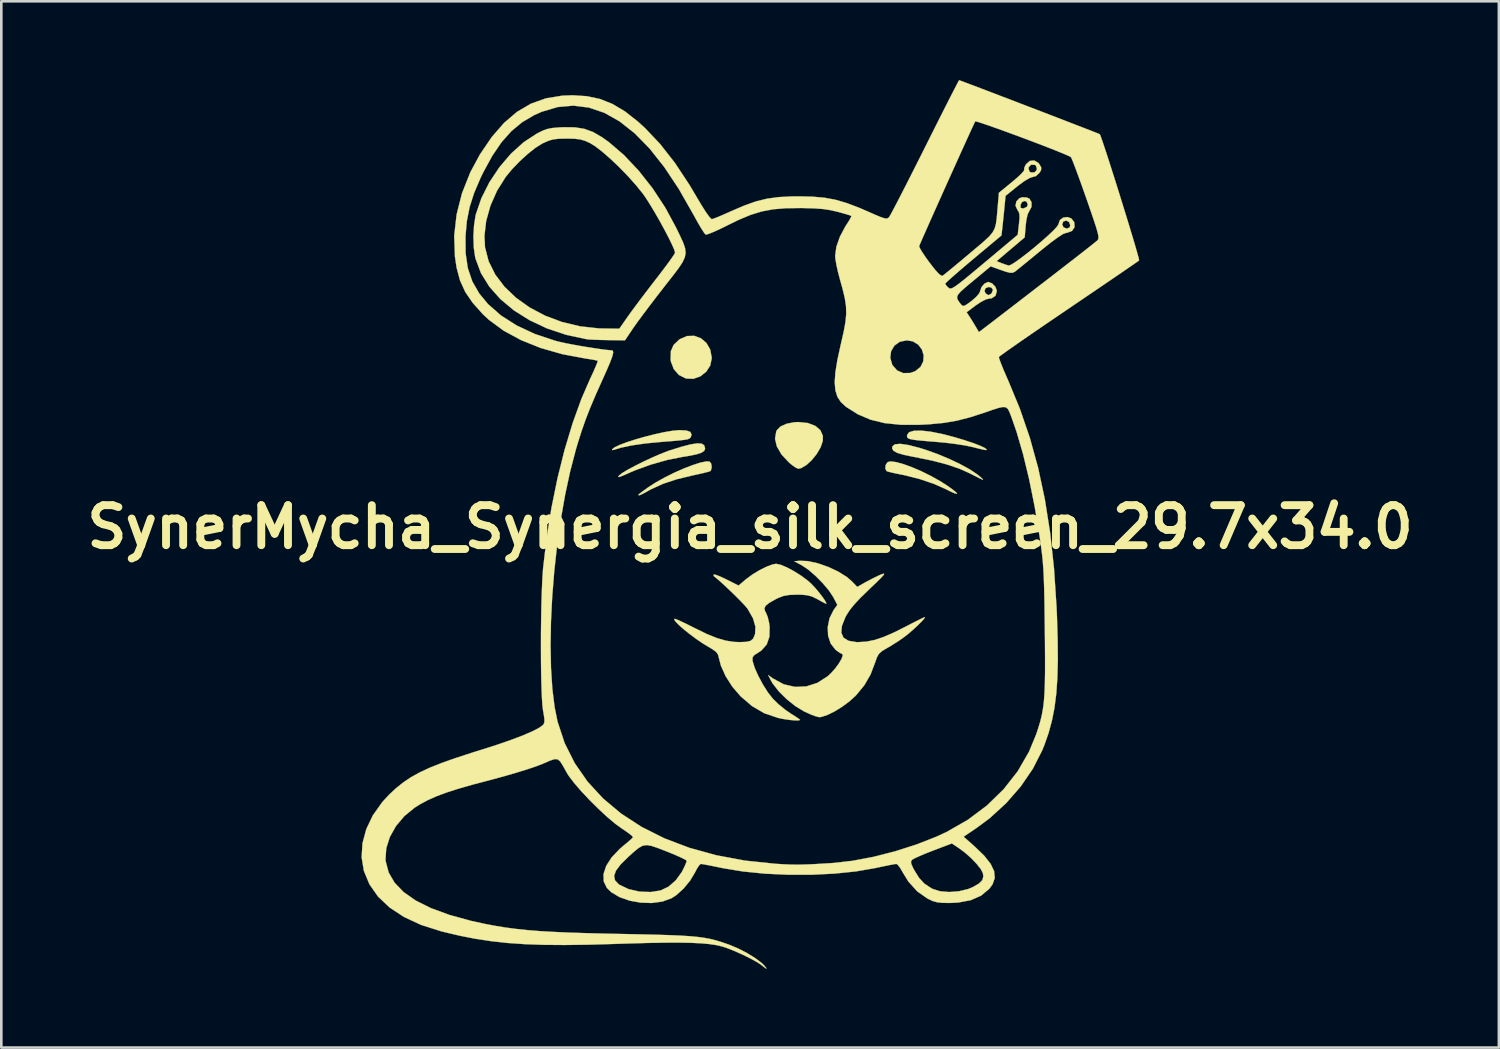
<source format=kicad_pcb>
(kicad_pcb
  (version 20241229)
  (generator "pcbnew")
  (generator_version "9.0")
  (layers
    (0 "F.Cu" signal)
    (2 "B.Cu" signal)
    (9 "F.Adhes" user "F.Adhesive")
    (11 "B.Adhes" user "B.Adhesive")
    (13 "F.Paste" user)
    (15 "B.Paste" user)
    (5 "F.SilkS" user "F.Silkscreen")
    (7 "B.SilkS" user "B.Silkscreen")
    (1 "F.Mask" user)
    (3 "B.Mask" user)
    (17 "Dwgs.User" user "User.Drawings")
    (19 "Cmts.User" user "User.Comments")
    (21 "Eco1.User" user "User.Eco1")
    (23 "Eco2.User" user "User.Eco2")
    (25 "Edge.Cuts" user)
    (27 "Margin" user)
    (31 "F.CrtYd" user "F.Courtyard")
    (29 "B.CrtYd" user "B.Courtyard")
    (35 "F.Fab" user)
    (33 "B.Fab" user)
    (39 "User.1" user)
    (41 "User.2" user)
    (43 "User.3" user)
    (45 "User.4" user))
  (footprint "SynerMycha_Synergia_silk_screen_29.7x34.0"
    (layer "F.Cu")
    (at 25.516 17.023)
    (property "Reference" "SynerMycha_Synergia_silk_screen_29.7x34.0" (at 0 0 0) (layer "F.SilkS") (effects (font (size 1.524 1.524) (thickness 0.3))))
    (attr through_hole)
    (fp_poly (pts (xy -1.874 -7.191) (xy -1.664 -7.013) (xy -1.519 -6.762) (xy -1.461 -6.452) (xy -1.461 -6.428) (xy -1.518 -6.152) (xy -1.672 -5.916) (xy -1.896 -5.74) (xy -2.161 -5.647) (xy -2.44 -5.658) (xy -2.447 -5.66) (xy -2.71 -5.792) (xy -2.907 -6.016) (xy -3.016 -6.305) (xy -3.028 -6.395) (xy -3.017 -6.7) (xy -2.914 -6.937) (xy -2.706 -7.135) (xy -2.673 -7.158) (xy -2.4 -7.276) (xy -2.126 -7.283) (xy -1.874 -7.191)) (stroke (width 0.01) (type solid)) (fill yes) (layer "F.SilkS"))
    (fp_poly (pts (xy 2.2 -3.963) (xy 2.483 -3.855) (xy 2.678 -3.688) (xy 2.772 -3.471) (xy 2.768 -3.28) (xy 2.685 -3.036) (xy 2.537 -2.784) (xy 2.348 -2.55) (xy 2.143 -2.362) (xy 1.946 -2.246) (xy 1.834 -2.223) (xy 1.741 -2.263) (xy 1.594 -2.365) (xy 1.48 -2.461) (xy 1.197 -2.763) (xy 1.019 -3.069) (xy 0.949 -3.364) (xy 0.994 -3.634) (xy 1.021 -3.693) (xy 1.161 -3.833) (xy 1.395 -3.937) (xy 1.692 -3.994) (xy 1.841 -4) (xy 2.2 -3.963)) (stroke (width 0.01) (type solid)) (fill yes) (layer "F.SilkS"))
    (fp_poly (pts (xy 5.57 -2.473) (xy 5.849 -2.395) (xy 6.177 -2.275) (xy 6.532 -2.122) (xy 6.894 -1.943) (xy 7.243 -1.747) (xy 7.485 -1.593) (xy 7.724 -1.423) (xy 7.856 -1.313) (xy 7.881 -1.266) (xy 7.799 -1.282) (xy 7.611 -1.366) (xy 7.462 -1.441) (xy 7.003 -1.645) (xy 6.467 -1.827) (xy 5.903 -1.971) (xy 5.764 -1.999) (xy 5.521 -2.048) (xy 5.326 -2.093) (xy 5.213 -2.125) (xy 5.201 -2.131) (xy 5.148 -2.227) (xy 5.163 -2.364) (xy 5.236 -2.474) (xy 5.359 -2.502) (xy 5.57 -2.473)) (stroke (width 0.01) (type solid)) (fill yes) (layer "F.SilkS"))
    (fp_poly (pts (xy 6.035 -3.124) (xy 6.454 -3.016) (xy 6.675 -2.947) (xy 7.128 -2.786) (xy 7.582 -2.597) (xy 8.006 -2.394) (xy 8.373 -2.193) (xy 8.652 -2.006) (xy 8.7 -1.968) (xy 8.821 -1.864) (xy 8.874 -1.81) (xy 8.849 -1.807) (xy 8.736 -1.859) (xy 8.524 -1.966) (xy 8.393 -2.034) (xy 7.979 -2.221) (xy 7.495 -2.385) (xy 6.923 -2.534) (xy 6.243 -2.672) (xy 6.225 -2.675) (xy 5.859 -2.75) (xy 5.609 -2.824) (xy 5.462 -2.904) (xy 5.407 -2.995) (xy 5.419 -3.075) (xy 5.516 -3.154) (xy 5.722 -3.17) (xy 6.035 -3.124)) (stroke (width 0.01) (type solid)) (fill yes) (layer "F.SilkS"))
    (fp_poly (pts (xy -2.432 -3.679) (xy -2.276 -3.625) (xy -2.23 -3.526) (xy -2.244 -3.464) (xy -2.267 -3.414) (xy -2.303 -3.376) (xy -2.372 -3.347) (xy -2.491 -3.324) (xy -2.68 -3.302) (xy -2.958 -3.277) (xy -3.342 -3.247) (xy -3.365 -3.245) (xy -3.982 -3.186) (xy -4.506 -3.111) (xy -4.925 -3.023) (xy -5.17 -2.946) (xy -5.254 -2.93) (xy -5.249 -2.968) (xy -5.15 -3.044) (xy -4.95 -3.136) (xy -4.673 -3.239) (xy -4.342 -3.345) (xy -3.98 -3.448) (xy -3.612 -3.541) (xy -3.261 -3.617) (xy -2.95 -3.669) (xy -2.704 -3.692) (xy -2.704 -3.692) (xy -2.432 -3.679)) (stroke (width 0.01) (type solid)) (fill yes) (layer "F.SilkS"))
    (fp_poly (pts (xy -1.54 -2.493) (xy -1.48 -2.413) (xy -1.462 -2.28) (xy -1.49 -2.161) (xy -1.518 -2.131) (xy -1.603 -2.103) (xy -1.781 -2.058) (xy -2.022 -2.003) (xy -2.169 -1.972) (xy -2.792 -1.822) (xy -3.315 -1.649) (xy -3.764 -1.445) (xy -3.853 -1.396) (xy -4.065 -1.279) (xy -4.189 -1.22) (xy -4.245 -1.211) (xy -4.255 -1.229) (xy -4.207 -1.274) (xy -4.08 -1.37) (xy -3.901 -1.499) (xy -3.88 -1.515) (xy -3.582 -1.706) (xy -3.241 -1.895) (xy -2.879 -2.075) (xy -2.518 -2.234) (xy -2.181 -2.364) (xy -1.889 -2.456) (xy -1.665 -2.501) (xy -1.54 -2.493)) (stroke (width 0.01) (type solid)) (fill yes) (layer "F.SilkS"))
    (fp_poly (pts (xy -1.845 -3.178) (xy -1.749 -3.117) (xy -1.715 -3.006) (xy -1.714 -2.987) (xy -1.747 -2.902) (xy -1.856 -2.831) (xy -2.054 -2.767) (xy -2.357 -2.707) (xy -2.577 -2.672) (xy -3.155 -2.557) (xy -3.773 -2.382) (xy -4.368 -2.167) (xy -4.604 -2.066) (xy -4.838 -1.962) (xy -4.973 -1.91) (xy -5.022 -1.908) (xy -5 -1.951) (xy -4.98 -1.974) (xy -4.866 -2.062) (xy -4.659 -2.185) (xy -4.387 -2.331) (xy -4.075 -2.487) (xy -3.748 -2.64) (xy -3.432 -2.778) (xy -3.153 -2.887) (xy -3.062 -2.919) (xy -2.611 -3.06) (xy -2.265 -3.15) (xy -2.013 -3.189) (xy -1.845 -3.178)) (stroke (width 0.01) (type solid)) (fill yes) (layer "F.SilkS"))
    (fp_poly (pts (xy 6.886 -3.632) (xy 7.33 -3.542) (xy 7.42 -3.521) (xy 7.798 -3.42) (xy 8.162 -3.311) (xy 8.486 -3.203) (xy 8.749 -3.103) (xy 8.926 -3.02) (xy 8.982 -2.981) (xy 9.012 -2.946) (xy 8.997 -2.932) (xy 8.921 -2.941) (xy 8.763 -2.976) (xy 8.504 -3.041) (xy 8.445 -3.055) (xy 8.193 -3.108) (xy 7.857 -3.16) (xy 7.482 -3.208) (xy 7.112 -3.243) (xy 6.704 -3.276) (xy 6.406 -3.303) (xy 6.201 -3.329) (xy 6.072 -3.357) (xy 6.003 -3.391) (xy 5.978 -3.435) (xy 5.978 -3.494) (xy 5.981 -3.511) (xy 6.056 -3.613) (xy 6.238 -3.668) (xy 6.519 -3.674) (xy 6.886 -3.632)) (stroke (width 0.01) (type solid)) (fill yes) (layer "F.SilkS"))
    (fp_poly (pts (xy 2.199 1.295) (xy 2.576 1.378) (xy 2.974 1.516) (xy 3.356 1.695) (xy 3.685 1.901) (xy 3.874 2.064) (xy 4.081 2.278) (xy 4.406 2.094) (xy 4.639 1.97) (xy 4.875 1.855) (xy 4.985 1.807) (xy 5.072 1.776) (xy 5.106 1.78) (xy 5.08 1.83) (xy 4.985 1.935) (xy 4.813 2.105) (xy 4.556 2.35) (xy 4.529 2.377) (xy 4.208 2.689) (xy 3.969 2.943) (xy 3.795 3.16) (xy 3.667 3.359) (xy 3.625 3.439) (xy 3.496 3.766) (xy 3.474 4.024) (xy 3.558 4.212) (xy 3.748 4.33) (xy 4.045 4.38) (xy 4.123 4.381) (xy 4.429 4.362) (xy 4.742 4.299) (xy 5.086 4.184) (xy 5.486 4.01) (xy 5.895 3.805) (xy 6.169 3.663) (xy 6.401 3.546) (xy 6.569 3.464) (xy 6.651 3.43) (xy 6.654 3.429) (xy 6.645 3.467) (xy 6.56 3.566) (xy 6.422 3.706) (xy 6.251 3.867) (xy 6.07 4.027) (xy 5.898 4.165) (xy 5.879 4.18) (xy 5.635 4.35) (xy 5.359 4.524) (xy 5.22 4.604) (xy 5.022 4.722) (xy 4.902 4.832) (xy 4.823 4.976) (xy 4.766 5.144) (xy 4.586 5.616) (xy 4.355 6.017) (xy 4.042 6.398) (xy 4.014 6.427) (xy 3.782 6.638) (xy 3.506 6.842) (xy 3.215 7.021) (xy 2.941 7.156) (xy 2.713 7.23) (xy 2.635 7.239) (xy 2.512 7.211) (xy 2.316 7.138) (xy 2.086 7.035) (xy 2.051 7.018) (xy 1.72 6.816) (xy 1.389 6.551) (xy 1.091 6.254) (xy 0.862 5.96) (xy 0.797 5.847) (xy 0.686 5.634) (xy 0.879 5.771) (xy 1.284 5.988) (xy 1.712 6.086) (xy 2.144 6.067) (xy 2.563 5.932) (xy 2.949 5.685) (xy 3.077 5.567) (xy 3.242 5.383) (xy 3.381 5.193) (xy 3.481 5.022) (xy 3.528 4.892) (xy 3.51 4.829) (xy 3.494 4.826) (xy 3.414 4.788) (xy 3.284 4.695) (xy 3.25 4.667) (xy 3.07 4.438) (xy 2.971 4.141) (xy 2.956 3.81) (xy 3.024 3.474) (xy 3.177 3.165) (xy 3.189 3.148) (xy 3.322 2.963) (xy 3.171 2.672) (xy 3.007 2.422) (xy 2.77 2.14) (xy 2.496 1.862) (xy 2.218 1.622) (xy 1.971 1.456) (xy 1.967 1.454) (xy 1.683 1.302) (xy 1.881 1.283) (xy 2.199 1.295)) (stroke (width 0.01) (type solid)) (fill yes) (layer "F.SilkS"))
    (fp_poly (pts (xy 1.165 1.435) (xy 1.404 1.536) (xy 1.678 1.683) (xy 1.954 1.858) (xy 2.202 2.043) (xy 2.338 2.166) (xy 2.492 2.331) (xy 2.644 2.513) (xy 2.775 2.686) (xy 2.868 2.826) (xy 2.905 2.909) (xy 2.895 2.921) (xy 2.833 2.892) (xy 2.694 2.819) (xy 2.564 2.746) (xy 2.373 2.651) (xy 2.193 2.598) (xy 1.974 2.576) (xy 1.778 2.573) (xy 1.489 2.584) (xy 1.272 2.622) (xy 1.071 2.698) (xy 0.98 2.743) (xy 0.734 2.882) (xy 0.593 2.994) (xy 0.544 3.097) (xy 0.573 3.21) (xy 0.605 3.264) (xy 0.669 3.417) (xy 0.722 3.638) (xy 0.744 3.797) (xy 0.735 4.176) (xy 0.631 4.475) (xy 0.426 4.703) (xy 0.308 4.781) (xy 0.156 4.879) (xy 0.092 4.965) (xy 0.093 5.081) (xy 0.098 5.112) (xy 0.175 5.36) (xy 0.311 5.667) (xy 0.486 5.992) (xy 0.677 6.294) (xy 0.863 6.533) (xy 1.084 6.749) (xy 1.349 6.964) (xy 1.529 7.089) (xy 1.716 7.207) (xy 1.85 7.298) (xy 1.905 7.343) (xy 1.905 7.343) (xy 1.848 7.363) (xy 1.7 7.362) (xy 1.495 7.343) (xy 1.266 7.309) (xy 1.065 7.267) (xy 0.542 7.09) (xy 0.073 6.817) (xy -0.363 6.443) (xy -0.675 6.08) (xy -0.931 5.68) (xy -1.111 5.279) (xy -1.184 5.002) (xy -1.219 4.862) (xy -1.292 4.757) (xy -1.43 4.653) (xy -1.579 4.565) (xy -1.809 4.425) (xy -2.054 4.258) (xy -2.296 4.078) (xy -2.518 3.901) (xy -2.703 3.739) (xy -2.833 3.607) (xy -2.892 3.52) (xy -2.869 3.493) (xy -2.787 3.52) (xy -2.618 3.596) (xy -2.386 3.707) (xy -2.126 3.838) (xy -1.662 4.065) (xy -1.273 4.224) (xy -0.934 4.323) (xy -0.618 4.372) (xy -0.403 4.381) (xy -0.145 4.371) (xy 0.017 4.333) (xy 0.115 4.25) (xy 0.178 4.107) (xy 0.189 4.069) (xy 0.204 3.794) (xy 0.11 3.473) (xy -0.091 3.118) (xy -0.098 3.108) (xy -0.196 2.991) (xy -0.364 2.814) (xy -0.577 2.6) (xy -0.811 2.375) (xy -1.039 2.161) (xy -1.238 1.984) (xy -1.381 1.868) (xy -1.392 1.86) (xy -1.385 1.809) (xy -1.382 1.806) (xy -1.313 1.815) (xy -1.161 1.873) (xy -0.955 1.967) (xy -0.893 1.998) (xy -0.44 2.226) (xy -0.141 1.974) (xy 0.093 1.802) (xy 0.361 1.64) (xy 0.629 1.507) (xy 0.86 1.421) (xy 0.992 1.398) (xy 1.165 1.435)) (stroke (width 0.01) (type solid)) (fill yes) (layer "F.SilkS"))
    (fp_poly (pts (xy -6.679 -15.224) (xy -6.314 -15.167) (xy -5.977 -15.043) (xy -5.627 -14.839) (xy -5.385 -14.666) (xy -4.807 -14.171) (xy -4.243 -13.573) (xy -3.71 -12.896) (xy -3.229 -12.164) (xy -2.818 -11.402) (xy -2.663 -11.083) (xy -2.548 -10.831) (xy -2.478 -10.627) (xy -2.455 -10.449) (xy -2.485 -10.277) (xy -2.572 -10.088) (xy -2.72 -9.864) (xy -2.933 -9.582) (xy -3.216 -9.222) (xy -3.273 -9.148) (xy -3.55 -8.791) (xy -3.822 -8.436) (xy -4.07 -8.105) (xy -4.279 -7.823) (xy -4.429 -7.611) (xy -4.453 -7.577) (xy -4.766 -7.112) (xy -5.415 -7.121) (xy -5.707 -7.127) (xy -5.966 -7.136) (xy -6.156 -7.147) (xy -6.223 -7.154) (xy -7.003 -7.321) (xy -7.732 -7.565) (xy -8.399 -7.879) (xy -8.995 -8.253) (xy -9.509 -8.682) (xy -9.931 -9.157) (xy -10.249 -9.67) (xy -10.454 -10.215) (xy -10.472 -10.287) (xy -10.523 -10.64) (xy -10.536 -11.056) (xy -10.535 -11.092) (xy -10.117 -11.092) (xy -10.095 -10.654) (xy -9.957 -10.123) (xy -9.706 -9.619) (xy -9.353 -9.152) (xy -8.911 -8.73) (xy -8.39 -8.36) (xy -7.804 -8.05) (xy -7.162 -7.81) (xy -6.479 -7.646) (xy -5.765 -7.567) (xy -5.553 -7.562) (xy -4.979 -7.556) (xy -4.658 -8.017) (xy -4.512 -8.221) (xy -4.307 -8.497) (xy -4.064 -8.82) (xy -3.803 -9.161) (xy -3.598 -9.427) (xy -3.366 -9.729) (xy -3.164 -9.998) (xy -3.004 -10.219) (xy -2.897 -10.375) (xy -2.858 -10.449) (xy -2.857 -10.45) (xy -2.889 -10.563) (xy -2.975 -10.762) (xy -3.104 -11.025) (xy -3.264 -11.331) (xy -3.443 -11.658) (xy -3.629 -11.983) (xy -3.811 -12.285) (xy -3.975 -12.542) (xy -4.088 -12.703) (xy -4.353 -13.03) (xy -4.661 -13.374) (xy -4.992 -13.714) (xy -5.326 -14.031) (xy -5.64 -14.304) (xy -5.915 -14.514) (xy -6.1 -14.627) (xy -6.295 -14.714) (xy -6.478 -14.765) (xy -6.696 -14.79) (xy -6.987 -14.796) (xy -7.278 -14.79) (xy -7.49 -14.766) (xy -7.673 -14.715) (xy -7.873 -14.627) (xy -7.914 -14.607) (xy -8.169 -14.448) (xy -8.467 -14.212) (xy -8.777 -13.928) (xy -9.07 -13.623) (xy -9.307 -13.335) (xy -9.638 -12.809) (xy -9.888 -12.242) (xy -10.051 -11.66) (xy -10.117 -11.092) (xy -10.535 -11.092) (xy -10.514 -11.481) (xy -10.457 -11.855) (xy -10.444 -11.909) (xy -10.233 -12.527) (xy -9.927 -13.134) (xy -9.545 -13.707) (xy -9.105 -14.223) (xy -8.622 -14.658) (xy -8.126 -14.983) (xy -7.914 -15.09) (xy -7.734 -15.158) (xy -7.542 -15.197) (xy -7.292 -15.219) (xy -7.112 -15.228) (xy -6.679 -15.224)) (stroke (width 0.01) (type solid)) (fill yes) (layer "F.SilkS"))
    (fp_poly (pts (xy 8.023 -16.996) (xy 8.19 -16.934) (xy 8.446 -16.837) (xy 8.777 -16.712) (xy 9.168 -16.562) (xy 9.605 -16.395) (xy 10.074 -16.216) (xy 10.559 -16.03) (xy 11.047 -15.843) (xy 11.522 -15.66) (xy 11.971 -15.487) (xy 12.379 -15.329) (xy 12.731 -15.193) (xy 13.013 -15.083) (xy 13.21 -15.006) (xy 13.308 -14.966) (xy 13.317 -14.962) (xy 13.348 -14.89) (xy 13.411 -14.714) (xy 13.5 -14.45) (xy 13.611 -14.113) (xy 13.737 -13.72) (xy 13.875 -13.286) (xy 14.02 -12.827) (xy 14.165 -12.359) (xy 14.308 -11.898) (xy 14.442 -11.459) (xy 14.563 -11.059) (xy 14.666 -10.713) (xy 14.745 -10.437) (xy 14.797 -10.247) (xy 14.815 -10.159) (xy 14.814 -10.155) (xy 14.753 -10.11) (xy 14.597 -10.002) (xy 14.356 -9.836) (xy 14.041 -9.62) (xy 13.661 -9.361) (xy 13.227 -9.066) (xy 12.749 -8.741) (xy 12.237 -8.394) (xy 12.129 -8.32) (xy 11.612 -7.969) (xy 11.128 -7.639) (xy 10.687 -7.337) (xy 10.299 -7.069) (xy 9.974 -6.842) (xy 9.722 -6.664) (xy 9.552 -6.541) (xy 9.476 -6.481) (xy 9.473 -6.477) (xy 9.491 -6.402) (xy 9.553 -6.233) (xy 9.65 -5.993) (xy 9.775 -5.704) (xy 9.833 -5.573) (xy 10.276 -4.5) (xy 10.654 -3.398) (xy 10.97 -2.254) (xy 11.226 -1.054) (xy 11.427 0.218) (xy 11.574 1.575) (xy 11.67 3.033) (xy 11.687 3.426) (xy 11.714 4.304) (xy 11.72 5.073) (xy 11.702 5.749) (xy 11.66 6.348) (xy 11.591 6.887) (xy 11.493 7.381) (xy 11.366 7.846) (xy 11.207 8.3) (xy 11.126 8.5) (xy 10.771 9.198) (xy 10.308 9.876) (xy 9.753 10.513) (xy 9.124 11.087) (xy 8.654 11.437) (xy 8.132 11.792) (xy 8.552 12.163) (xy 8.914 12.513) (xy 9.16 12.824) (xy 9.294 13.105) (xy 9.318 13.363) (xy 9.234 13.605) (xy 9.107 13.777) (xy 8.796 14.036) (xy 8.403 14.209) (xy 7.923 14.299) (xy 7.62 14.314) (xy 7.332 14.311) (xy 7.126 14.289) (xy 6.955 14.241) (xy 6.775 14.158) (xy 6.759 14.149) (xy 6.367 13.875) (xy 6.029 13.501) (xy 5.811 13.147) (xy 5.71 12.972) (xy 5.618 12.856) (xy 5.571 12.827) (xy 5.481 12.84) (xy 5.295 12.875) (xy 5.04 12.927) (xy 4.763 12.986) (xy 4.031 13.113) (xy 3.212 13.197) (xy 2.34 13.24) (xy 1.448 13.24) (xy 0.567 13.199) (xy -0.267 13.116) (xy -1.022 12.992) (xy -1.046 12.987) (xy -1.345 12.925) (xy -1.601 12.874) (xy -1.787 12.84) (xy -1.876 12.827) (xy -1.877 12.827) (xy -1.94 12.88) (xy -2.029 13.017) (xy -2.1 13.155) (xy -2.286 13.467) (xy -2.535 13.768) (xy -2.81 14.016) (xy -2.992 14.135) (xy -3.341 14.261) (xy -3.744 14.316) (xy -4.169 14.302) (xy -4.588 14.227) (xy -4.97 14.093) (xy -5.286 13.906) (xy -5.456 13.739) (xy -5.575 13.492) (xy -5.58 13.284) (xy -5.179 13.284) (xy -5.145 13.452) (xy -5.007 13.599) (xy -4.968 13.626) (xy -4.622 13.789) (xy -4.212 13.882) (xy -3.785 13.898) (xy -3.411 13.839) (xy -3.111 13.697) (xy -2.832 13.454) (xy -2.603 13.139) (xy -2.568 13.073) (xy -2.481 12.892) (xy -2.425 12.755) (xy -2.413 12.71) (xy -2.469 12.666) (xy -2.621 12.588) (xy -2.849 12.487) (xy -3.128 12.372) (xy -3.181 12.351) (xy -3.514 12.222) (xy -3.758 12.14) (xy -3.941 12.11) (xy -4.095 12.136) (xy -4.249 12.223) (xy -4.434 12.374) (xy -4.64 12.561) (xy -4.93 12.847) (xy -5.109 13.085) (xy -5.179 13.284) (xy -5.58 13.284) (xy -5.581 13.209) (xy -5.479 12.901) (xy -5.273 12.58) (xy -4.968 12.259) (xy -4.826 12.137) (xy -4.651 11.992) (xy -4.519 11.875) (xy -4.459 11.812) (xy -4.459 11.811) (xy -4.5 11.758) (xy -4.625 11.658) (xy -4.809 11.529) (xy -4.871 11.489) (xy -5.136 11.297) (xy -5.446 11.036) (xy -5.779 10.727) (xy -6.114 10.395) (xy -6.428 10.061) (xy -6.699 9.747) (xy -6.905 9.477) (xy -6.985 9.349) (xy -7.129 9.088) (xy -7.234 8.923) (xy -7.33 8.843) (xy -7.447 8.836) (xy -7.617 8.893) (xy -7.868 9.001) (xy -7.911 9.02) (xy -8.153 9.113) (xy -8.493 9.227) (xy -8.904 9.354) (xy -9.359 9.486) (xy -9.832 9.615) (xy -9.951 9.646) (xy -10.598 9.817) (xy -11.137 9.972) (xy -11.586 10.117) (xy -11.963 10.259) (xy -12.284 10.403) (xy -12.568 10.556) (xy -12.776 10.686) (xy -13.167 11.006) (xy -13.485 11.384) (xy -13.719 11.8) (xy -13.856 12.23) (xy -13.885 12.653) (xy -13.878 12.725) (xy -13.766 13.152) (xy -13.539 13.543) (xy -13.195 13.9) (xy -12.735 14.222) (xy -12.156 14.511) (xy -11.456 14.768) (xy -10.636 14.994) (xy -10.102 15.111) (xy -9.711 15.185) (xy -9.321 15.249) (xy -8.918 15.302) (xy -8.487 15.348) (xy -8.012 15.386) (xy -7.478 15.417) (xy -6.87 15.444) (xy -6.172 15.466) (xy -5.37 15.486) (xy -4.953 15.494) (xy -4.226 15.509) (xy -3.611 15.523) (xy -3.096 15.539) (xy -2.667 15.557) (xy -2.309 15.579) (xy -2.009 15.607) (xy -1.753 15.641) (xy -1.526 15.683) (xy -1.316 15.735) (xy -1.109 15.797) (xy -0.889 15.872) (xy -0.778 15.912) (xy -0.446 16.052) (xy -0.108 16.227) (xy 0.2 16.418) (xy 0.442 16.601) (xy 0.534 16.691) (xy 0.619 16.797) (xy 0.613 16.817) (xy 0.52 16.751) (xy 0.445 16.689) (xy 0.276 16.574) (xy 0.023 16.434) (xy -0.279 16.285) (xy -0.594 16.145) (xy -0.888 16.029) (xy -1.085 15.966) (xy -1.304 15.916) (xy -1.567 15.878) (xy -1.884 15.85) (xy -2.268 15.832) (xy -2.728 15.824) (xy -3.275 15.826) (xy -3.921 15.838) (xy -4.677 15.859) (xy -5.175 15.875) (xy -6.174 15.904) (xy -7.065 15.915) (xy -7.863 15.909) (xy -8.586 15.883) (xy -9.25 15.837) (xy -9.873 15.768) (xy -10.471 15.677) (xy -11.06 15.561) (xy -11.659 15.42) (xy -11.779 15.389) (xy -12.53 15.15) (xy -13.18 14.849) (xy -13.727 14.489) (xy -14.167 14.074) (xy -14.496 13.605) (xy -14.709 13.092) (xy -14.794 12.576) (xy -14.762 12.041) (xy -14.617 11.503) (xy -14.365 10.975) (xy -14.009 10.474) (xy -13.752 10.195) (xy -13.488 9.948) (xy -13.217 9.73) (xy -12.924 9.532) (xy -12.595 9.348) (xy -12.212 9.169) (xy -11.761 8.989) (xy -11.225 8.799) (xy -10.59 8.592) (xy -10.223 8.477) (xy -9.606 8.28) (xy -9.067 8.092) (xy -8.613 7.918) (xy -8.256 7.761) (xy -8.004 7.626) (xy -7.869 7.519) (xy -7.834 7.433) (xy -7.835 7.285) (xy -7.873 7.048) (xy -7.883 7.001) (xy -7.908 6.806) (xy -7.928 6.503) (xy -7.944 6.11) (xy -7.956 5.646) (xy -7.963 5.129) (xy -7.965 4.58) (xy -7.964 4.015) (xy -7.957 3.454) (xy -7.947 2.915) (xy -7.931 2.418) (xy -7.912 1.981) (xy -7.888 1.621) (xy -7.882 1.556) (xy -7.748 0.405) (xy -7.563 -0.742) (xy -7.334 -1.865) (xy -7.064 -2.944) (xy -6.759 -3.957) (xy -6.424 -4.884) (xy -6.098 -5.634) (xy -5.974 -5.899) (xy -5.878 -6.119) (xy -5.817 -6.271) (xy -5.803 -6.332) (xy -5.874 -6.353) (xy -6.036 -6.384) (xy -6.256 -6.418) (xy -6.264 -6.419) (xy -7.151 -6.585) (xy -7.976 -6.821) (xy -8.726 -7.122) (xy -9.389 -7.482) (xy -9.952 -7.897) (xy -10.177 -8.107) (xy -10.563 -8.538) (xy -10.848 -8.955) (xy -11.048 -9.394) (xy -11.179 -9.886) (xy -11.241 -10.304) (xy -11.268 -11.081) (xy -10.838 -11.081) (xy -10.834 -10.428) (xy -10.75 -9.86) (xy -10.579 -9.356) (xy -10.315 -8.897) (xy -9.981 -8.493) (xy -9.487 -8.059) (xy -8.888 -7.677) (xy -8.197 -7.354) (xy -7.428 -7.098) (xy -7.271 -7.057) (xy -7.054 -7.009) (xy -6.764 -6.952) (xy -6.432 -6.893) (xy -6.09 -6.837) (xy -5.768 -6.788) (xy -5.498 -6.751) (xy -5.31 -6.733) (xy -5.268 -6.731) (xy -5.223 -6.709) (xy -5.215 -6.635) (xy -5.25 -6.495) (xy -5.33 -6.278) (xy -5.461 -5.972) (xy -5.616 -5.627) (xy -5.874 -5.051) (xy -6.085 -4.554) (xy -6.262 -4.101) (xy -6.417 -3.66) (xy -6.564 -3.195) (xy -6.635 -2.953) (xy -6.852 -2.124) (xy -7.044 -1.231) (xy -7.209 -0.292) (xy -7.347 0.676) (xy -7.456 1.657) (xy -7.535 2.634) (xy -7.583 3.589) (xy -7.599 4.507) (xy -7.582 5.369) (xy -7.531 6.159) (xy -7.444 6.86) (xy -7.333 7.409) (xy -7.062 8.228) (xy -6.679 8.99) (xy -6.191 9.693) (xy -5.601 10.334) (xy -4.914 10.909) (xy -4.135 11.416) (xy -3.267 11.852) (xy -2.316 12.213) (xy -1.286 12.498) (xy -0.181 12.703) (xy 0.984 12.824) (xy 1.287 12.842) (xy 1.551 12.853) (xy 1.805 12.856) (xy 2.079 12.851) (xy 2.4 12.838) (xy 2.798 12.815) (xy 3.143 12.794) (xy 3.673 12.735) (xy 6.127 12.735) (xy 6.139 12.829) (xy 6.21 12.986) (xy 6.256 13.072) (xy 6.437 13.362) (xy 6.63 13.571) (xy 6.877 13.738) (xy 6.957 13.781) (xy 7.236 13.869) (xy 7.583 13.898) (xy 7.954 13.869) (xy 8.305 13.784) (xy 8.481 13.711) (xy 8.716 13.575) (xy 8.844 13.446) (xy 8.883 13.301) (xy 8.865 13.18) (xy 8.787 13.027) (xy 8.63 12.828) (xy 8.419 12.608) (xy 8.181 12.396) (xy 7.949 12.224) (xy 7.683 12.048) (xy 6.969 12.319) (xy 6.682 12.431) (xy 6.435 12.536) (xy 6.254 12.62) (xy 6.168 12.671) (xy 6.127 12.735) (xy 3.673 12.735) (xy 3.891 12.711) (xy 4.699 12.558) (xy 5.529 12.346) (xy 6.343 12.085) (xy 7.103 11.787) (xy 7.483 11.611) (xy 8.294 11.147) (xy 9.02 10.602) (xy 9.655 9.984) (xy 10.191 9.3) (xy 10.62 8.558) (xy 10.896 7.891) (xy 10.982 7.63) (xy 11.054 7.389) (xy 11.111 7.152) (xy 11.155 6.906) (xy 11.189 6.633) (xy 11.212 6.319) (xy 11.226 5.949) (xy 11.233 5.507) (xy 11.233 4.978) (xy 11.229 4.347) (xy 11.224 3.913) (xy 11.216 3.274) (xy 11.208 2.745) (xy 11.198 2.305) (xy 11.185 1.936) (xy 11.169 1.621) (xy 11.149 1.341) (xy 11.123 1.076) (xy 11.09 0.809) (xy 11.05 0.521) (xy 11.026 0.36) (xy 10.839 -0.768) (xy 10.628 -1.816) (xy 10.397 -2.773) (xy 10.149 -3.625) (xy 9.952 -4.191) (xy 9.882 -4.373) (xy 9.82 -4.495) (xy 9.744 -4.56) (xy 9.63 -4.574) (xy 9.458 -4.537) (xy 9.205 -4.456) (xy 8.922 -4.357) (xy 8.368 -4.179) (xy 7.868 -4.051) (xy 7.371 -3.967) (xy 6.828 -3.915) (xy 6.445 -3.895) (xy 5.738 -3.896) (xy 5.126 -3.959) (xy 4.588 -4.09) (xy 4.106 -4.294) (xy 3.662 -4.574) (xy 3.641 -4.59) (xy 3.456 -4.761) (xy 3.325 -4.962) (xy 3.247 -5.209) (xy 3.222 -5.515) (xy 3.248 -5.895) (xy 3.324 -6.363) (xy 3.343 -6.45) (xy 5.337 -6.45) (xy 5.412 -6.187) (xy 5.423 -6.166) (xy 5.599 -5.965) (xy 5.835 -5.864) (xy 6.103 -5.87) (xy 6.288 -5.938) (xy 6.489 -6.1) (xy 6.594 -6.309) (xy 6.61 -6.538) (xy 6.544 -6.76) (xy 6.404 -6.947) (xy 6.197 -7.073) (xy 5.969 -7.112) (xy 5.701 -7.058) (xy 5.497 -6.912) (xy 5.37 -6.7) (xy 5.337 -6.45) (xy 3.343 -6.45) (xy 3.448 -6.933) (xy 3.461 -6.985) (xy 3.564 -7.439) (xy 3.631 -7.804) (xy 3.661 -8.117) (xy 3.653 -8.41) (xy 3.607 -8.717) (xy 3.522 -9.073) (xy 3.431 -9.398) (xy 3.35 -9.702) (xy 3.286 -9.992) (xy 3.247 -10.226) (xy 3.239 -10.334) (xy 3.286 -10.676) (xy 3.294 -10.699) (xy 6.437 -10.699) (xy 6.463 -10.626) (xy 6.552 -10.475) (xy 6.689 -10.271) (xy 6.828 -10.079) (xy 7.038 -9.809) (xy 7.19 -9.642) (xy 7.29 -9.57) (xy 7.33 -9.571) (xy 7.403 -9.626) (xy 7.556 -9.749) (xy 7.773 -9.928) (xy 8.038 -10.149) (xy 8.335 -10.398) (xy 8.366 -10.425) (xy 8.693 -10.699) (xy 8.938 -10.91) (xy 9.115 -11.078) (xy 9.236 -11.225) (xy 9.314 -11.373) (xy 9.362 -11.545) (xy 9.392 -11.76) (xy 9.416 -12.042) (xy 9.434 -12.255) (xy 9.476 -12.732) (xy 9.974 -13.139) (xy 10.179 -13.314) (xy 10.336 -13.463) (xy 10.425 -13.567) (xy 10.438 -13.602) (xy 10.441 -13.651) (xy 10.604 -13.651) (xy 10.642 -13.54) (xy 10.684 -13.508) (xy 10.827 -13.506) (xy 10.913 -13.596) (xy 10.922 -13.654) (xy 10.884 -13.765) (xy 10.843 -13.797) (xy 10.699 -13.799) (xy 10.614 -13.709) (xy 10.604 -13.651) (xy 10.441 -13.651) (xy 10.444 -13.69) (xy 10.505 -13.814) (xy 10.651 -13.944) (xy 10.821 -13.962) (xy 10.979 -13.868) (xy 11.023 -13.811) (xy 11.09 -13.687) (xy 11.079 -13.589) (xy 11.023 -13.494) (xy 10.887 -13.367) (xy 10.769 -13.335) (xy 10.644 -13.294) (xy 10.454 -13.182) (xy 10.223 -13.014) (xy 10.173 -12.974) (xy 9.728 -12.614) (xy 9.688 -12.196) (xy 9.66 -11.91) (xy 9.629 -11.614) (xy 9.611 -11.443) (xy 9.573 -11.107) (xy 8.501 -10.21) (xy 8.189 -9.947) (xy 7.913 -9.71) (xy 7.687 -9.513) (xy 7.524 -9.366) (xy 7.439 -9.283) (xy 7.429 -9.27) (xy 7.471 -9.199) (xy 7.548 -9.12) (xy 7.588 -9.092) (xy 7.636 -9.083) (xy 7.704 -9.104) (xy 7.804 -9.163) (xy 7.948 -9.266) (xy 8.148 -9.424) (xy 8.416 -9.644) (xy 8.764 -9.934) (xy 8.929 -10.072) (xy 10.192 -11.131) (xy 10.24 -11.545) (xy 10.262 -11.783) (xy 10.255 -11.933) (xy 10.216 -12.033) (xy 10.181 -12.077) (xy 10.109 -12.235) (xy 10.114 -12.266) (xy 10.298 -12.266) (xy 10.303 -12.157) (xy 10.385 -12.135) (xy 10.425 -12.139) (xy 10.548 -12.201) (xy 10.573 -12.287) (xy 10.532 -12.392) (xy 10.441 -12.419) (xy 10.347 -12.371) (xy 10.298 -12.266) (xy 10.114 -12.266) (xy 10.138 -12.398) (xy 10.251 -12.521) (xy 10.371 -12.562) (xy 10.535 -12.551) (xy 10.64 -12.506) (xy 10.719 -12.368) (xy 10.716 -12.192) (xy 10.633 -12.039) (xy 10.568 -11.909) (xy 10.518 -11.677) (xy 10.496 -11.487) (xy 10.458 -11.034) (xy 9.923 -10.581) (xy 9.389 -10.128) (xy 9.568 -10.055) (xy 9.732 -9.995) (xy 9.849 -9.96) (xy 9.938 -9.991) (xy 10.1 -10.092) (xy 10.317 -10.248) (xy 10.57 -10.442) (xy 10.838 -10.66) (xy 11.102 -10.884) (xy 11.344 -11.099) (xy 11.545 -11.288) (xy 11.684 -11.437) (xy 11.739 -11.522) (xy 11.884 -11.522) (xy 11.935 -11.417) (xy 12.055 -11.367) (xy 12.063 -11.367) (xy 12.17 -11.41) (xy 12.192 -11.495) (xy 12.146 -11.618) (xy 12.043 -11.674) (xy 11.931 -11.639) (xy 11.925 -11.633) (xy 11.884 -11.522) (xy 11.739 -11.522) (xy 11.742 -11.528) (xy 11.743 -11.533) (xy 11.798 -11.694) (xy 11.924 -11.787) (xy 12.083 -11.808) (xy 12.235 -11.753) (xy 12.342 -11.616) (xy 12.346 -11.604) (xy 12.356 -11.419) (xy 12.26 -11.279) (xy 12.076 -11.209) (xy 12.034 -11.205) (xy 11.916 -11.159) (xy 11.713 -11.029) (xy 11.433 -10.822) (xy 11.083 -10.542) (xy 11.038 -10.504) (xy 10.753 -10.27) (xy 10.495 -10.059) (xy 10.284 -9.887) (xy 10.138 -9.769) (xy 10.082 -9.726) (xy 10 -9.686) (xy 9.894 -9.686) (xy 9.729 -9.729) (xy 9.564 -9.786) (xy 9.162 -9.93) (xy 8.488 -9.371) (xy 8.215 -9.143) (xy 8.029 -8.978) (xy 7.921 -8.857) (xy 7.881 -8.761) (xy 7.898 -8.671) (xy 7.963 -8.569) (xy 8.026 -8.488) (xy 8.083 -8.43) (xy 8.146 -8.422) (xy 8.245 -8.474) (xy 8.41 -8.594) (xy 8.437 -8.615) (xy 8.612 -8.767) (xy 8.727 -8.904) (xy 8.759 -8.98) (xy 8.764 -8.994) (xy 8.926 -8.994) (xy 8.971 -8.898) (xy 9.074 -8.832) (xy 9.168 -8.877) (xy 9.205 -8.919) (xy 9.25 -9.039) (xy 9.185 -9.123) (xy 9.084 -9.144) (xy 8.966 -9.098) (xy 8.926 -8.994) (xy 8.764 -8.994) (xy 8.809 -9.133) (xy 8.921 -9.267) (xy 9.053 -9.333) (xy 9.069 -9.335) (xy 9.217 -9.28) (xy 9.342 -9.151) (xy 9.398 -8.995) (xy 9.398 -8.988) (xy 9.346 -8.811) (xy 9.201 -8.714) (xy 9.089 -8.7) (xy 8.96 -8.662) (xy 8.775 -8.565) (xy 8.59 -8.44) (xy 8.247 -8.181) (xy 8.355 -8.017) (xy 8.462 -7.847) (xy 8.579 -7.654) (xy 8.588 -7.639) (xy 8.714 -7.426) (xy 8.945 -7.601) (xy 9.046 -7.678) (xy 9.236 -7.823) (xy 9.501 -8.027) (xy 9.829 -8.279) (xy 10.207 -8.57) (xy 10.624 -8.891) (xy 11.066 -9.232) (xy 11.144 -9.292) (xy 11.584 -9.631) (xy 11.994 -9.949) (xy 12.365 -10.236) (xy 12.684 -10.485) (xy 12.939 -10.685) (xy 13.119 -10.829) (xy 13.213 -10.905) (xy 13.221 -10.913) (xy 13.252 -10.951) (xy 13.267 -11.005) (xy 13.264 -11.088) (xy 13.237 -11.215) (xy 13.184 -11.401) (xy 13.1 -11.66) (xy 12.982 -12.008) (xy 12.826 -12.459) (xy 12.801 -12.529) (xy 12.654 -12.945) (xy 12.519 -13.32) (xy 12.401 -13.639) (xy 12.307 -13.885) (xy 12.243 -14.041) (xy 12.217 -14.09) (xy 12.133 -14.135) (xy 11.951 -14.214) (xy 11.69 -14.32) (xy 11.367 -14.448) (xy 10.999 -14.59) (xy 10.604 -14.74) (xy 10.2 -14.891) (xy 9.805 -15.036) (xy 9.436 -15.17) (xy 9.111 -15.285) (xy 8.848 -15.375) (xy 8.664 -15.433) (xy 8.578 -15.452) (xy 8.574 -15.451) (xy 8.542 -15.387) (xy 8.465 -15.223) (xy 8.35 -14.972) (xy 8.204 -14.651) (xy 8.032 -14.273) (xy 7.843 -13.854) (xy 7.642 -13.409) (xy 7.437 -12.953) (xy 7.234 -12.5) (xy 7.04 -12.066) (xy 6.861 -11.666) (xy 6.705 -11.315) (xy 6.578 -11.027) (xy 6.487 -10.818) (xy 6.438 -10.702) (xy 6.437 -10.699) (xy 3.294 -10.699) (xy 3.42 -11.059) (xy 3.626 -11.447) (xy 3.678 -11.527) (xy 3.783 -11.693) (xy 3.846 -11.811) (xy 3.855 -11.85) (xy 3.787 -11.877) (xy 3.626 -11.926) (xy 3.404 -11.988) (xy 3.329 -12.008) (xy 3.055 -12.071) (xy 2.768 -12.114) (xy 2.432 -12.138) (xy 2.011 -12.15) (xy 1.937 -12.151) (xy 1.365 -12.143) (xy 0.88 -12.103) (xy 0.443 -12.021) (xy 0.016 -11.889) (xy -0.44 -11.698) (xy -0.822 -11.511) (xy -1.114 -11.367) (xy -1.368 -11.251) (xy -1.563 -11.171) (xy -1.676 -11.138) (xy -1.691 -11.138) (xy -1.748 -11.203) (xy -1.85 -11.359) (xy -1.983 -11.584) (xy -2.134 -11.856) (xy -2.168 -11.918) (xy -2.715 -12.878) (xy -3.269 -13.711) (xy -3.829 -14.418) (xy -4.396 -14.997) (xy -4.97 -15.45) (xy -5.55 -15.777) (xy -6.136 -15.976) (xy -6.73 -16.05) (xy -7.33 -15.996) (xy -7.937 -15.816) (xy -8.223 -15.689) (xy -8.678 -15.421) (xy -9.089 -15.081) (xy -9.466 -14.658) (xy -9.821 -14.136) (xy -10.165 -13.505) (xy -10.258 -13.314) (xy -10.508 -12.731) (xy -10.681 -12.192) (xy -10.787 -11.653) (xy -10.838 -11.081) (xy -11.268 -11.081) (xy -11.269 -11.094) (xy -11.177 -11.903) (xy -10.971 -12.716) (xy -10.653 -13.516) (xy -10.288 -14.192) (xy -9.84 -14.852) (xy -9.372 -15.391) (xy -8.877 -15.813) (xy -8.347 -16.124) (xy -7.775 -16.328) (xy -7.152 -16.43) (xy -6.767 -16.445) (xy -6.216 -16.41) (xy -5.713 -16.302) (xy -5.235 -16.111) (xy -4.762 -15.828) (xy -4.272 -15.442) (xy -4.003 -15.197) (xy -3.429 -14.592) (xy -2.866 -13.874) (xy -2.312 -13.037) (xy -2.037 -12.573) (xy -1.842 -12.245) (xy -1.677 -11.986) (xy -1.549 -11.81) (xy -1.469 -11.73) (xy -1.455 -11.726) (xy -1.363 -11.756) (xy -1.184 -11.827) (xy -0.945 -11.93) (xy -0.73 -12.026) (xy -0.224 -12.244) (xy 0.218 -12.401) (xy 0.636 -12.505) (xy 1.073 -12.566) (xy 1.569 -12.592) (xy 1.841 -12.595) (xy 2.371 -12.584) (xy 2.828 -12.544) (xy 3.251 -12.466) (xy 3.679 -12.341) (xy 4.15 -12.162) (xy 4.514 -12.005) (xy 4.808 -11.875) (xy 5.008 -11.794) (xy 5.138 -11.755) (xy 5.219 -11.753) (xy 5.272 -11.781) (xy 5.292 -11.802) (xy 5.339 -11.879) (xy 5.436 -12.058) (xy 5.577 -12.327) (xy 5.756 -12.673) (xy 5.967 -13.085) (xy 6.203 -13.551) (xy 6.459 -14.059) (xy 6.661 -14.462) (xy 6.925 -14.989) (xy 7.171 -15.479) (xy 7.394 -15.921) (xy 7.588 -16.304) (xy 7.748 -16.616) (xy 7.867 -16.847) (xy 7.939 -16.983) (xy 7.96 -17.018) (xy 8.023 -16.996)) (stroke (width 0.01) (type solid)) (fill yes) (layer "F.SilkS")))
  (gr_rect
    (start -3 -3)
    (end 54.032 36.845)
    (stroke (width 0.1) (type default))
    (fill no)
    (layer "Edge.Cuts")))
</source>
